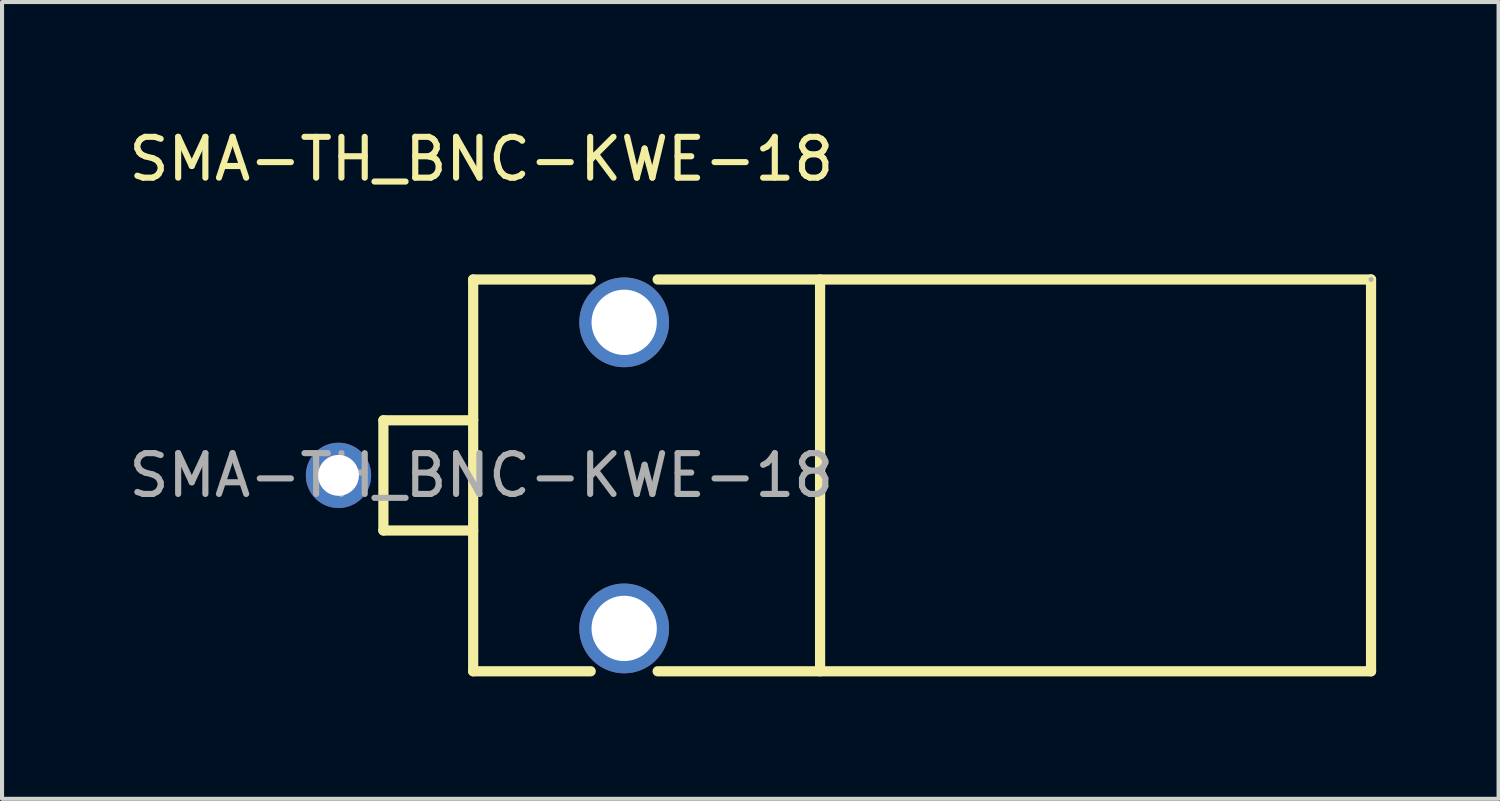
<source format=kicad_pcb>
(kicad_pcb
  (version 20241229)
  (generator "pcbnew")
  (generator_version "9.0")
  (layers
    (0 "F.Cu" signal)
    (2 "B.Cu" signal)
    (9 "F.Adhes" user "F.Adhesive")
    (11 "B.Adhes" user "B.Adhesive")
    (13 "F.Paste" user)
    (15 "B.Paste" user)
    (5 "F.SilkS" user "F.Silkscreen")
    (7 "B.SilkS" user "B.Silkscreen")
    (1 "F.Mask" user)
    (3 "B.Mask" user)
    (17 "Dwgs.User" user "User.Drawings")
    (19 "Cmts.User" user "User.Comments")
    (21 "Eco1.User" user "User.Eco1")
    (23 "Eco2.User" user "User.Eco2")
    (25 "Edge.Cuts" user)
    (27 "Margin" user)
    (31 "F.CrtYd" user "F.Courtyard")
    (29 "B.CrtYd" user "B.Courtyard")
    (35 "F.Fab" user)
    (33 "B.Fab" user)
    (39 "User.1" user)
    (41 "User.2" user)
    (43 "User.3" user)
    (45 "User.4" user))
  (footprint "SMA-TH_BNC-KWE-18"
    (layer "F.Cu")
    (at 8.744 8.598)
    (property "Reference" "SMA-TH_BNC-KWE-18" (at 0 -7.75 0) (layer "F.SilkS") (effects (font (size 1 1) (thickness 0.15))))
    (attr through_hole)
    (fp_line (start -2.4 -1.35) (end -2.4 1.35) (stroke (width 0.25) (type solid)) (layer "F.SilkS"))
    (fp_line (start -0.2 -4.8) (end -0.2 4.8) (stroke (width 0.25) (type solid)) (layer "F.SilkS"))
    (fp_line (start -0.2 -4.8) (end 2.68 -4.8) (stroke (width 0.25) (type solid)) (layer "F.SilkS"))
    (fp_line (start -0.2 -1.35) (end -2.4 -1.35) (stroke (width 0.25) (type solid)) (layer "F.SilkS"))
    (fp_line (start -0.2 1.35) (end -2.4 1.35) (stroke (width 0.25) (type solid)) (layer "F.SilkS"))
    (fp_line (start -0.2 4.8) (end 2.68 4.8) (stroke (width 0.25) (type solid)) (layer "F.SilkS"))
    (fp_line (start 4.32 -4.8) (end 21.8 -4.8) (stroke (width 0.25) (type solid)) (layer "F.SilkS"))
    (fp_line (start 4.32 4.8) (end 21.8 4.8) (stroke (width 0.25) (type solid)) (layer "F.SilkS"))
    (fp_line (start 8.3 4.8) (end 8.3 -4.8) (stroke (width 0.25) (type solid)) (layer "F.SilkS"))
    (fp_line (start 21.8 -4.8) (end 21.8 4.8) (stroke (width 0.25) (type solid)) (layer "F.SilkS"))
    (fp_circle (center -3.5 0) (end -3.35 0) (stroke (width 0.3) (type solid)) (fill no) (layer "F.Fab"))
    (fp_circle (center 3.5 -3.75) (end 3.85 -3.75) (stroke (width 0.7) (type solid)) (fill no) (layer "F.Fab"))
    (fp_circle (center 3.5 3.75) (end 3.85 3.75) (stroke (width 0.7) (type solid)) (fill no) (layer "F.Fab"))
    (fp_circle (center 21.8 -4.8) (end 21.83 -4.8) (stroke (width 0.06) (type solid)) (fill no) (layer "F.Fab"))
    (fp_text user "${REFERENCE}" (at 0 0 0) (layer "F.Fab") (effects (font (size 1 1) (thickness 0.15))))
    (pad "1" thru_hole circle (at 3.5 -3.75) (size 2.2 2.2) (drill 1.6) (layers "*.Cu" "*.Mask"))
    (pad "2" thru_hole circle (at 3.5 3.75) (size 2.2 2.2) (drill 1.6) (layers "*.Cu" "*.Mask"))
    (pad "3" thru_hole circle (at -3.5 0) (size 1.6 1.6) (drill 1) (layers "*.Cu" "*.Mask")))
  (gr_rect
    (start -3 -3)
    (end 33.669 16.523)
    (stroke (width 0.1) (type default))
    (fill no)
    (layer "Edge.Cuts")))
</source>
